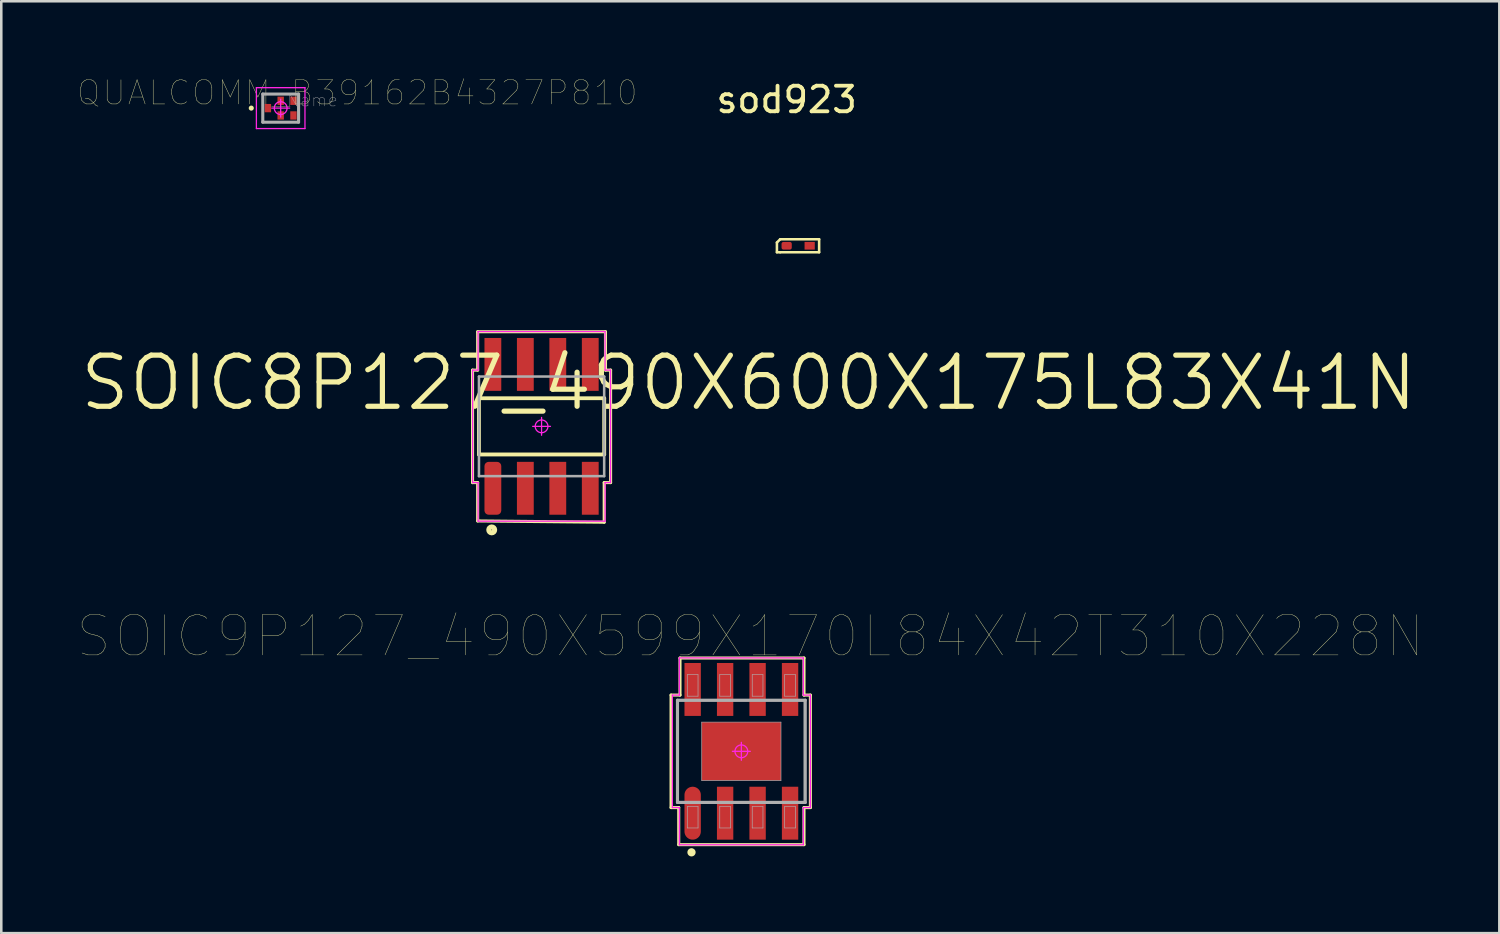
<source format=kicad_pcb>
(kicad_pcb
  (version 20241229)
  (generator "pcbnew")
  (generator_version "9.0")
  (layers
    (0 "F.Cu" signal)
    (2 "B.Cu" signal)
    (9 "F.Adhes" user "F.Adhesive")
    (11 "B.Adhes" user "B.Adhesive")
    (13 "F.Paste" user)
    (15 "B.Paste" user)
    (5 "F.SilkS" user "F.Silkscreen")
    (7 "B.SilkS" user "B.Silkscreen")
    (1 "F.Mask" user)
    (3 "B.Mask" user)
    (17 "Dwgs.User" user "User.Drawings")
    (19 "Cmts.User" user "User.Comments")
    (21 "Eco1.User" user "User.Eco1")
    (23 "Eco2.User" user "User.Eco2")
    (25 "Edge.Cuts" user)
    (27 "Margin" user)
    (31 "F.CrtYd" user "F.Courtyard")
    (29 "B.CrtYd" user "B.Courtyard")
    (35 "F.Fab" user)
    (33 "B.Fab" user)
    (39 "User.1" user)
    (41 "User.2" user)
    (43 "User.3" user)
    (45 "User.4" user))
  (footprint "QUALCOMM_B39162B4327P810"
    (layer "F.Cu")
    (at 7.929 1.179)
    (property "Reference" "QUALCOMM_B39162B4327P810" (at 3 -0.6 0) (layer "F.SilkS") (effects (font (size 0.945 0.945) (thickness 0.015))))
    (fp_circle (center -1.15 0) (end -1.1 0) (stroke (width 0.1) (type solid)) (fill no) (layer "F.SilkS"))
    (fp_line (start -0.95 -0.8) (end -0.95 0.8) (stroke (width 0.05) (type solid)) (layer "F.CrtYd"))
    (fp_line (start -0.95 0.8) (end 0.95 0.8) (stroke (width 0.05) (type solid)) (layer "F.CrtYd"))
    (fp_line (start 0 -0.35) (end 0 0.35) (stroke (width 0.05) (type solid)) (layer "F.CrtYd"))
    (fp_line (start 0.35 0) (end -0.35 0) (stroke (width 0.05) (type solid)) (layer "F.CrtYd"))
    (fp_line (start 0.95 -0.8) (end -0.95 -0.8) (stroke (width 0.05) (type solid)) (layer "F.CrtYd"))
    (fp_line (start 0.95 0.8) (end 0.95 -0.8) (stroke (width 0.05) (type solid)) (layer "F.CrtYd"))
    (fp_circle (center 0 0) (end 0.25 0) (stroke (width 0.05) (type solid)) (fill no) (layer "F.CrtYd"))
    (fp_line (start -0.7 -0.55) (end 0.7 -0.55) (stroke (width 0.12) (type solid)) (layer "F.Fab"))
    (fp_line (start -0.7 0.55) (end -0.7 -0.55) (stroke (width 0.12) (type solid)) (layer "F.Fab"))
    (fp_line (start 0.7 -0.55) (end 0.7 0.55) (stroke (width 0.12) (type solid)) (layer "F.Fab"))
    (fp_line (start 0.7 0.55) (end -0.7 0.55) (stroke (width 0.12) (type solid)) (layer "F.Fab"))
    (fp_text user "Name" (at 1.24 -0.31 0) (layer "F.Fab") (effects (font (size 0.488 0.488) (thickness 0.015))))
    (pad "1" smd rect (at -0.5 0) (size 0.25 0.325) (layers "F.Cu" "F.Mask" "F.Paste"))
    (pad "2" smd rect (at 0 -0.287) (size 0.25 0.325) (layers "F.Cu" "F.Mask" "F.Paste"))
    (pad "3" smd rect (at 0.5 -0.287) (size 0.25 0.325) (layers "F.Cu" "F.Mask" "F.Paste"))
    (pad "4" smd rect (at 0.5 0.287) (size 0.25 0.325) (layers "F.Cu" "F.Mask" "F.Paste"))
    (pad "5" smd rect (at 0 0.287) (size 0.25 0.325) (layers "F.Cu" "F.Mask" "F.Paste")))
  (footprint "sod923"
    (layer "F.Cu")
    (at 27.721 6.563)
    (property "Reference" "sod923" (at 0 -5.715 0) (layer "F.SilkS") (effects (font (size 1 1) (thickness 0.15))))
    (attr through_hole)
    (fp_line (start -0.381 -0.127) (end -0.381 0.254) (stroke (width 0.1) (type solid)) (layer "F.SilkS"))
    (fp_line (start -0.381 0.254) (end -0.254 0.254) (stroke (width 0.1) (type solid)) (layer "F.SilkS"))
    (fp_line (start -0.254 -0.254) (end -0.381 -0.127) (stroke (width 0.1) (type solid)) (layer "F.SilkS"))
    (fp_line (start -0.254 0.254) (end 1.27 0.254) (stroke (width 0.1) (type solid)) (layer "F.SilkS"))
    (fp_line (start 1.27 -0.254) (end -0.254 -0.254) (stroke (width 0.1) (type solid)) (layer "F.SilkS"))
    (fp_line (start 1.27 0.254) (end 1.27 -0.254) (stroke (width 0.1) (type solid)) (layer "F.SilkS"))
    (pad "1" smd roundrect (at 0 0) (size 0.4 0.3) (layers "F.Cu" "F.Mask" "F.Paste") (roundrect_rratio 0.25))
    (pad "2" smd rect (at 0.9 0) (size 0.4 0.3) (layers "F.Cu" "F.Mask" "F.Paste")))
  (footprint "SOIC8P127_490X600X175L83X41N"
    (layer "F.Cu")
    (at 18.134 13.627)
    (property "Reference" "SOIC8P127_490X600X175L83X41N" (at 8.1 -1.7 0) (layer "F.SilkS") (effects (font (size 1.999 1.999) (thickness 0.203))))
    (attr smd)
    (fp_line (start -2.7 -2.2) (end -2.5 -2.2) (stroke (width 0.12) (type solid)) (layer "F.SilkS"))
    (fp_line (start -2.7 2.2) (end -2.7 -2.2) (stroke (width 0.12) (type solid)) (layer "F.SilkS"))
    (fp_line (start -2.5 -3.7) (end -2.5 -2.2) (stroke (width 0.12) (type solid)) (layer "F.SilkS"))
    (fp_line (start -2.5 -3.7) (end 2.5 -3.7) (stroke (width 0.12) (type solid)) (layer "F.SilkS"))
    (fp_line (start -2.5 2.2) (end -2.7 2.2) (stroke (width 0.12) (type solid)) (layer "F.SilkS"))
    (fp_line (start -2.5 3.7) (end -2.5 2.2) (stroke (width 0.12) (type solid)) (layer "F.SilkS"))
    (fp_line (start -2.45 -1.1) (end -2.45 1.1) (stroke (width 0.15) (type solid)) (layer "F.SilkS"))
    (fp_line (start -2.45 -1.1) (end 2.45 -1.1) (stroke (width 0.15) (type solid)) (layer "F.SilkS"))
    (fp_line (start 2.45 1.1) (end -2.45 1.1) (stroke (width 0.15) (type solid)) (layer "F.SilkS"))
    (fp_line (start 2.45 1.1) (end 2.45 -1.1) (stroke (width 0.15) (type solid)) (layer "F.SilkS"))
    (fp_line (start 2.45 2.2) (end 2.45 3.75) (stroke (width 0.12) (type solid)) (layer "F.SilkS"))
    (fp_line (start 2.45 3.75) (end -2.5 3.7) (stroke (width 0.12) (type solid)) (layer "F.SilkS"))
    (fp_line (start 2.5 -3.7) (end 2.5 -2.2) (stroke (width 0.12) (type solid)) (layer "F.SilkS"))
    (fp_line (start 2.5 -2.2) (end 2.7 -2.2) (stroke (width 0.12) (type solid)) (layer "F.SilkS"))
    (fp_line (start 2.7 -2.2) (end 2.7 2.2) (stroke (width 0.12) (type solid)) (layer "F.SilkS"))
    (fp_line (start 2.7 2.2) (end 2.45 2.2) (stroke (width 0.12) (type solid)) (layer "F.SilkS"))
    (fp_circle (center -1.95 4.05) (end -1.84 4.08) (stroke (width 0.2) (type solid)) (fill no) (layer "F.SilkS"))
    (fp_line (start -2.697 -2.2) (end -2.697 2.2) (stroke (width 0.05) (type solid)) (layer "F.CrtYd"))
    (fp_line (start -2.697 2.2) (end -2.484 2.2) (stroke (width 0.05) (type solid)) (layer "F.CrtYd"))
    (fp_line (start -2.484 -3.708) (end -2.484 -2.2) (stroke (width 0.05) (type solid)) (layer "F.CrtYd"))
    (fp_line (start -2.484 -2.2) (end -2.697 -2.2) (stroke (width 0.05) (type solid)) (layer "F.CrtYd"))
    (fp_line (start -2.484 2.2) (end -2.484 3.708) (stroke (width 0.05) (type solid)) (layer "F.CrtYd"))
    (fp_line (start -2.484 3.708) (end 2.484 3.708) (stroke (width 0.05) (type solid)) (layer "F.CrtYd"))
    (fp_line (start -0.348 0) (end 0.348 0) (stroke (width 0.05) (type solid)) (layer "F.CrtYd"))
    (fp_line (start 0 -0.348) (end 0 0.348) (stroke (width 0.05) (type solid)) (layer "F.CrtYd"))
    (fp_line (start 2.484 -3.708) (end -2.484 -3.708) (stroke (width 0.05) (type solid)) (layer "F.CrtYd"))
    (fp_line (start 2.484 -2.2) (end 2.484 -3.708) (stroke (width 0.05) (type solid)) (layer "F.CrtYd"))
    (fp_line (start 2.484 2.2) (end 2.697 2.2) (stroke (width 0.05) (type solid)) (layer "F.CrtYd"))
    (fp_line (start 2.484 3.708) (end 2.484 2.2) (stroke (width 0.05) (type solid)) (layer "F.CrtYd"))
    (fp_line (start 2.697 -2.2) (end 2.484 -2.2) (stroke (width 0.05) (type solid)) (layer "F.CrtYd"))
    (fp_line (start 2.697 2.2) (end 2.697 -2.2) (stroke (width 0.05) (type solid)) (layer "F.CrtYd"))
    (fp_circle (center 0 0) (end 0.249 0) (stroke (width 0.05) (type solid)) (fill no) (layer "F.CrtYd"))
    (fp_line (start -2.449 -1.948) (end 2.449 -1.948) (stroke (width 0.1) (type solid)) (layer "F.Fab"))
    (fp_line (start -2.449 1.948) (end -2.449 -1.948) (stroke (width 0.1) (type solid)) (layer "F.Fab"))
    (fp_line (start 2.449 -1.948) (end 2.449 1.948) (stroke (width 0.1) (type solid)) (layer "F.Fab"))
    (fp_line (start 2.449 1.948) (end -2.449 1.948) (stroke (width 0.1) (type solid)) (layer "F.Fab"))
    (pad "1" smd roundrect (at -1.905 2.423 270) (size 2.068 0.658) (layers "F.Cu" "F.Mask" "F.Paste") (roundrect_rratio 0.25))
    (pad "2" smd rect (at -0.635 2.423 270) (size 2.068 0.658) (layers "F.Cu" "F.Mask" "F.Paste"))
    (pad "3" smd rect (at 0.635 2.423 270) (size 2.068 0.658) (layers "F.Cu" "F.Mask" "F.Paste"))
    (pad "4" smd rect (at 1.905 2.423 270) (size 2.068 0.658) (layers "F.Cu" "F.Mask" "F.Paste"))
    (pad "5" smd rect (at 1.905 -2.423 90) (size 2.068 0.658) (layers "F.Cu" "F.Mask" "F.Paste"))
    (pad "6" smd rect (at 0.635 -2.423 90) (size 2.068 0.658) (layers "F.Cu" "F.Mask" "F.Paste"))
    (pad "7" smd rect (at -0.635 -2.423 90) (size 2.068 0.658) (layers "F.Cu" "F.Mask" "F.Paste"))
    (pad "8" smd rect (at -1.905 -2.423 90) (size 2.068 0.658) (layers "F.Cu" "F.Mask" "F.Paste")))
  (footprint "SOIC9P127_490X599X170L84X42T310X228N"
    (layer "F.Cu")
    (at 25.949 26.339)
    (property "Reference" "SOIC9P127_490X599X170L84X42T310X228N" (at 0.35 -4.5 0) (layer "F.SilkS") (effects (font (size 1.575 1.575) (thickness 0.015))))
    (fp_poly (pts (xy 1.55 1.143) (xy -1.55 1.143) (xy -1.55 -1.143) (xy 1.55 -1.143)) (stroke (width 0.01) (type solid)) (fill yes) (layer "F.Mask"))
    (fp_line (start -2.75 -2.2) (end -2.4 -2.2) (stroke (width 0.12) (type solid)) (layer "F.SilkS"))
    (fp_line (start -2.75 2.2) (end -2.75 -2.2) (stroke (width 0.12) (type solid)) (layer "F.SilkS"))
    (fp_line (start -2.45 2.2) (end -2.75 2.2) (stroke (width 0.12) (type solid)) (layer "F.SilkS"))
    (fp_line (start -2.45 3.65) (end -2.45 2.2) (stroke (width 0.12) (type solid)) (layer "F.SilkS"))
    (fp_line (start -2.4 -3.65) (end 2.45 -3.65) (stroke (width 0.12) (type solid)) (layer "F.SilkS"))
    (fp_line (start -2.4 -2.2) (end -2.4 -3.65) (stroke (width 0.12) (type solid)) (layer "F.SilkS"))
    (fp_line (start 2.45 -3.65) (end 2.45 -2.2) (stroke (width 0.12) (type solid)) (layer "F.SilkS"))
    (fp_line (start 2.45 -2.2) (end 2.7 -2.2) (stroke (width 0.12) (type solid)) (layer "F.SilkS"))
    (fp_line (start 2.45 2.2) (end 2.45 3.65) (stroke (width 0.12) (type solid)) (layer "F.SilkS"))
    (fp_line (start 2.45 3.65) (end -2.45 3.65) (stroke (width 0.12) (type solid)) (layer "F.SilkS"))
    (fp_line (start 2.7 -2.2) (end 2.7 2.2) (stroke (width 0.12) (type solid)) (layer "F.SilkS"))
    (fp_line (start 2.7 2.2) (end 2.45 2.2) (stroke (width 0.12) (type solid)) (layer "F.SilkS"))
    (fp_circle (center -1.95 3.95) (end -1.789 3.95) (stroke (width 0) (type solid)) (fill yes) (layer "F.SilkS"))
    (fp_poly (pts (xy -0.13 -0.13) (xy -1.3 -0.13) (xy -1.3 -0.89) (xy -0.13 -0.89)) (stroke (width 0.01) (type solid)) (fill yes) (layer "F.Paste"))
    (fp_poly (pts (xy -0.13 0.89) (xy -1.3 0.89) (xy -1.3 0.13) (xy -0.13 0.13)) (stroke (width 0.01) (type solid)) (fill yes) (layer "F.Paste"))
    (fp_poly (pts (xy 1.3 -0.13) (xy 0.13 -0.13) (xy 0.13 -0.89) (xy 1.3 -0.89)) (stroke (width 0.01) (type solid)) (fill yes) (layer "F.Paste"))
    (fp_poly (pts (xy 1.3 0.89) (xy 0.13 0.89) (xy 0.13 0.13) (xy 1.3 0.13)) (stroke (width 0.01) (type solid)) (fill yes) (layer "F.Paste"))
    (fp_line (start -2.7 -2.2) (end -2.7 2.2) (stroke (width 0.05) (type solid)) (layer "F.CrtYd"))
    (fp_line (start -2.7 2.2) (end -2.425 2.2) (stroke (width 0.05) (type solid)) (layer "F.CrtYd"))
    (fp_line (start -2.425 -3.655) (end -2.425 -2.2) (stroke (width 0.05) (type solid)) (layer "F.CrtYd"))
    (fp_line (start -2.425 -2.2) (end -2.7 -2.2) (stroke (width 0.05) (type solid)) (layer "F.CrtYd"))
    (fp_line (start -2.425 2.2) (end -2.425 3.655) (stroke (width 0.05) (type solid)) (layer "F.CrtYd"))
    (fp_line (start -2.425 3.655) (end 2.425 3.655) (stroke (width 0.05) (type solid)) (layer "F.CrtYd"))
    (fp_line (start -0.35 0) (end 0.35 0) (stroke (width 0.05) (type solid)) (layer "F.CrtYd"))
    (fp_line (start 0 -0.35) (end 0 0.35) (stroke (width 0.05) (type solid)) (layer "F.CrtYd"))
    (fp_line (start 2.425 -3.655) (end -2.425 -3.655) (stroke (width 0.05) (type solid)) (layer "F.CrtYd"))
    (fp_line (start 2.425 -2.2) (end 2.425 -3.655) (stroke (width 0.05) (type solid)) (layer "F.CrtYd"))
    (fp_line (start 2.425 2.2) (end 2.7 2.2) (stroke (width 0.05) (type solid)) (layer "F.CrtYd"))
    (fp_line (start 2.425 3.655) (end 2.425 2.2) (stroke (width 0.05) (type solid)) (layer "F.CrtYd"))
    (fp_line (start 2.7 -2.2) (end 2.425 -2.2) (stroke (width 0.05) (type solid)) (layer "F.CrtYd"))
    (fp_line (start 2.7 2.2) (end 2.7 -2.2) (stroke (width 0.05) (type solid)) (layer "F.CrtYd"))
    (fp_circle (center 0 0) (end 0.25 0) (stroke (width 0.05) (type solid)) (fill no) (layer "F.CrtYd"))
    (fp_line (start -2.5 -2) (end 2.5 -2) (stroke (width 0.12) (type solid)) (layer "F.Fab"))
    (fp_line (start -2.5 2) (end -2.5 -2) (stroke (width 0.12) (type solid)) (layer "F.Fab"))
    (fp_line (start -2.45 -1.95) (end 2.45 -1.95) (stroke (width 0.025) (type solid)) (layer "F.Fab"))
    (fp_line (start -2.45 1.95) (end -2.45 -1.95) (stroke (width 0.025) (type solid)) (layer "F.Fab"))
    (fp_line (start -2.115 -2.998) (end -1.695 -2.998) (stroke (width 0.025) (type solid)) (layer "F.Fab"))
    (fp_line (start -2.115 -2.158) (end -2.115 -2.998) (stroke (width 0.025) (type solid)) (layer "F.Fab"))
    (fp_line (start -2.115 2.158) (end -1.695 2.158) (stroke (width 0.025) (type solid)) (layer "F.Fab"))
    (fp_line (start -2.115 2.998) (end -2.115 2.158) (stroke (width 0.025) (type solid)) (layer "F.Fab"))
    (fp_line (start -1.695 -2.998) (end -1.695 -2.158) (stroke (width 0.025) (type solid)) (layer "F.Fab"))
    (fp_line (start -1.695 -2.158) (end -2.115 -2.158) (stroke (width 0.025) (type solid)) (layer "F.Fab"))
    (fp_line (start -1.695 2.158) (end -1.695 2.998) (stroke (width 0.025) (type solid)) (layer "F.Fab"))
    (fp_line (start -1.695 2.998) (end -2.115 2.998) (stroke (width 0.025) (type solid)) (layer "F.Fab"))
    (fp_line (start -1.55 -1.143) (end 1.55 -1.143) (stroke (width 0.025) (type solid)) (layer "F.Fab"))
    (fp_line (start -1.55 1.143) (end -1.55 -1.143) (stroke (width 0.025) (type solid)) (layer "F.Fab"))
    (fp_line (start -0.845 -2.998) (end -0.425 -2.998) (stroke (width 0.025) (type solid)) (layer "F.Fab"))
    (fp_line (start -0.845 -2.158) (end -0.845 -2.998) (stroke (width 0.025) (type solid)) (layer "F.Fab"))
    (fp_line (start -0.845 2.158) (end -0.425 2.158) (stroke (width 0.025) (type solid)) (layer "F.Fab"))
    (fp_line (start -0.845 2.998) (end -0.845 2.158) (stroke (width 0.025) (type solid)) (layer "F.Fab"))
    (fp_line (start -0.425 -2.998) (end -0.425 -2.158) (stroke (width 0.025) (type solid)) (layer "F.Fab"))
    (fp_line (start -0.425 -2.158) (end -0.845 -2.158) (stroke (width 0.025) (type solid)) (layer "F.Fab"))
    (fp_line (start -0.425 2.158) (end -0.425 2.998) (stroke (width 0.025) (type solid)) (layer "F.Fab"))
    (fp_line (start -0.425 2.998) (end -0.845 2.998) (stroke (width 0.025) (type solid)) (layer "F.Fab"))
    (fp_line (start 0.425 -2.998) (end 0.845 -2.998) (stroke (width 0.025) (type solid)) (layer "F.Fab"))
    (fp_line (start 0.425 -2.158) (end 0.425 -2.998) (stroke (width 0.025) (type solid)) (layer "F.Fab"))
    (fp_line (start 0.425 2.158) (end 0.845 2.158) (stroke (width 0.025) (type solid)) (layer "F.Fab"))
    (fp_line (start 0.425 2.998) (end 0.425 2.158) (stroke (width 0.025) (type solid)) (layer "F.Fab"))
    (fp_line (start 0.845 -2.998) (end 0.845 -2.158) (stroke (width 0.025) (type solid)) (layer "F.Fab"))
    (fp_line (start 0.845 -2.158) (end 0.425 -2.158) (stroke (width 0.025) (type solid)) (layer "F.Fab"))
    (fp_line (start 0.845 2.158) (end 0.845 2.998) (stroke (width 0.025) (type solid)) (layer "F.Fab"))
    (fp_line (start 0.845 2.998) (end 0.425 2.998) (stroke (width 0.025) (type solid)) (layer "F.Fab"))
    (fp_line (start 1.55 -1.143) (end 1.55 1.143) (stroke (width 0.025) (type solid)) (layer "F.Fab"))
    (fp_line (start 1.55 1.143) (end -1.55 1.143) (stroke (width 0.025) (type solid)) (layer "F.Fab"))
    (fp_line (start 1.695 -2.998) (end 2.115 -2.998) (stroke (width 0.025) (type solid)) (layer "F.Fab"))
    (fp_line (start 1.695 -2.158) (end 1.695 -2.998) (stroke (width 0.025) (type solid)) (layer "F.Fab"))
    (fp_line (start 1.695 2.158) (end 2.115 2.158) (stroke (width 0.025) (type solid)) (layer "F.Fab"))
    (fp_line (start 1.695 2.998) (end 1.695 2.158) (stroke (width 0.025) (type solid)) (layer "F.Fab"))
    (fp_line (start 2.115 -2.998) (end 2.115 -2.158) (stroke (width 0.025) (type solid)) (layer "F.Fab"))
    (fp_line (start 2.115 -2.158) (end 1.695 -2.158) (stroke (width 0.025) (type solid)) (layer "F.Fab"))
    (fp_line (start 2.115 2.158) (end 2.115 2.998) (stroke (width 0.025) (type solid)) (layer "F.Fab"))
    (fp_line (start 2.115 2.998) (end 1.695 2.998) (stroke (width 0.025) (type solid)) (layer "F.Fab"))
    (fp_line (start 2.45 -1.95) (end 2.45 1.95) (stroke (width 0.025) (type solid)) (layer "F.Fab"))
    (fp_line (start 2.45 1.95) (end -2.45 1.95) (stroke (width 0.025) (type solid)) (layer "F.Fab"))
    (fp_line (start 2.5 2) (end -2.5 2) (stroke (width 0.12) (type solid)) (layer "F.Fab"))
    (fp_line (start 2.5 2) (end 2.5 -2) (stroke (width 0.12) (type solid)) (layer "F.Fab"))
    (pad "1" smd oval (at -1.905 2.42) (size 0.64 2.07) (layers "F.Cu" "F.Mask" "F.Paste"))
    (pad "2" smd rect (at -0.635 2.42) (size 0.64 2.07) (layers "F.Cu" "F.Mask" "F.Paste"))
    (pad "3" smd rect (at 0.635 2.42) (size 0.64 2.07) (layers "F.Cu" "F.Mask" "F.Paste"))
    (pad "4" smd rect (at 1.905 2.42) (size 0.64 2.07) (layers "F.Cu" "F.Mask" "F.Paste"))
    (pad "5" smd rect (at 1.905 -2.42) (size 0.64 2.07) (layers "F.Cu" "F.Mask" "F.Paste"))
    (pad "6" smd rect (at 0.635 -2.42) (size 0.64 2.07) (layers "F.Cu" "F.Mask" "F.Paste"))
    (pad "7" smd rect (at -0.635 -2.42) (size 0.64 2.07) (layers "F.Cu" "F.Mask" "F.Paste"))
    (pad "8" smd rect (at -1.905 -2.42) (size 0.64 2.07) (layers "F.Cu" "F.Mask" "F.Paste"))
    (pad "9" smd rect (at 0 0) (size 3.1 2.285) (layers "F.Cu")))
  (gr_rect
    (start -3 -3)
    (end 55.598 33.45)
    (stroke (width 0.1) (type default))
    (fill no)
    (layer "Edge.Cuts")))
</source>
